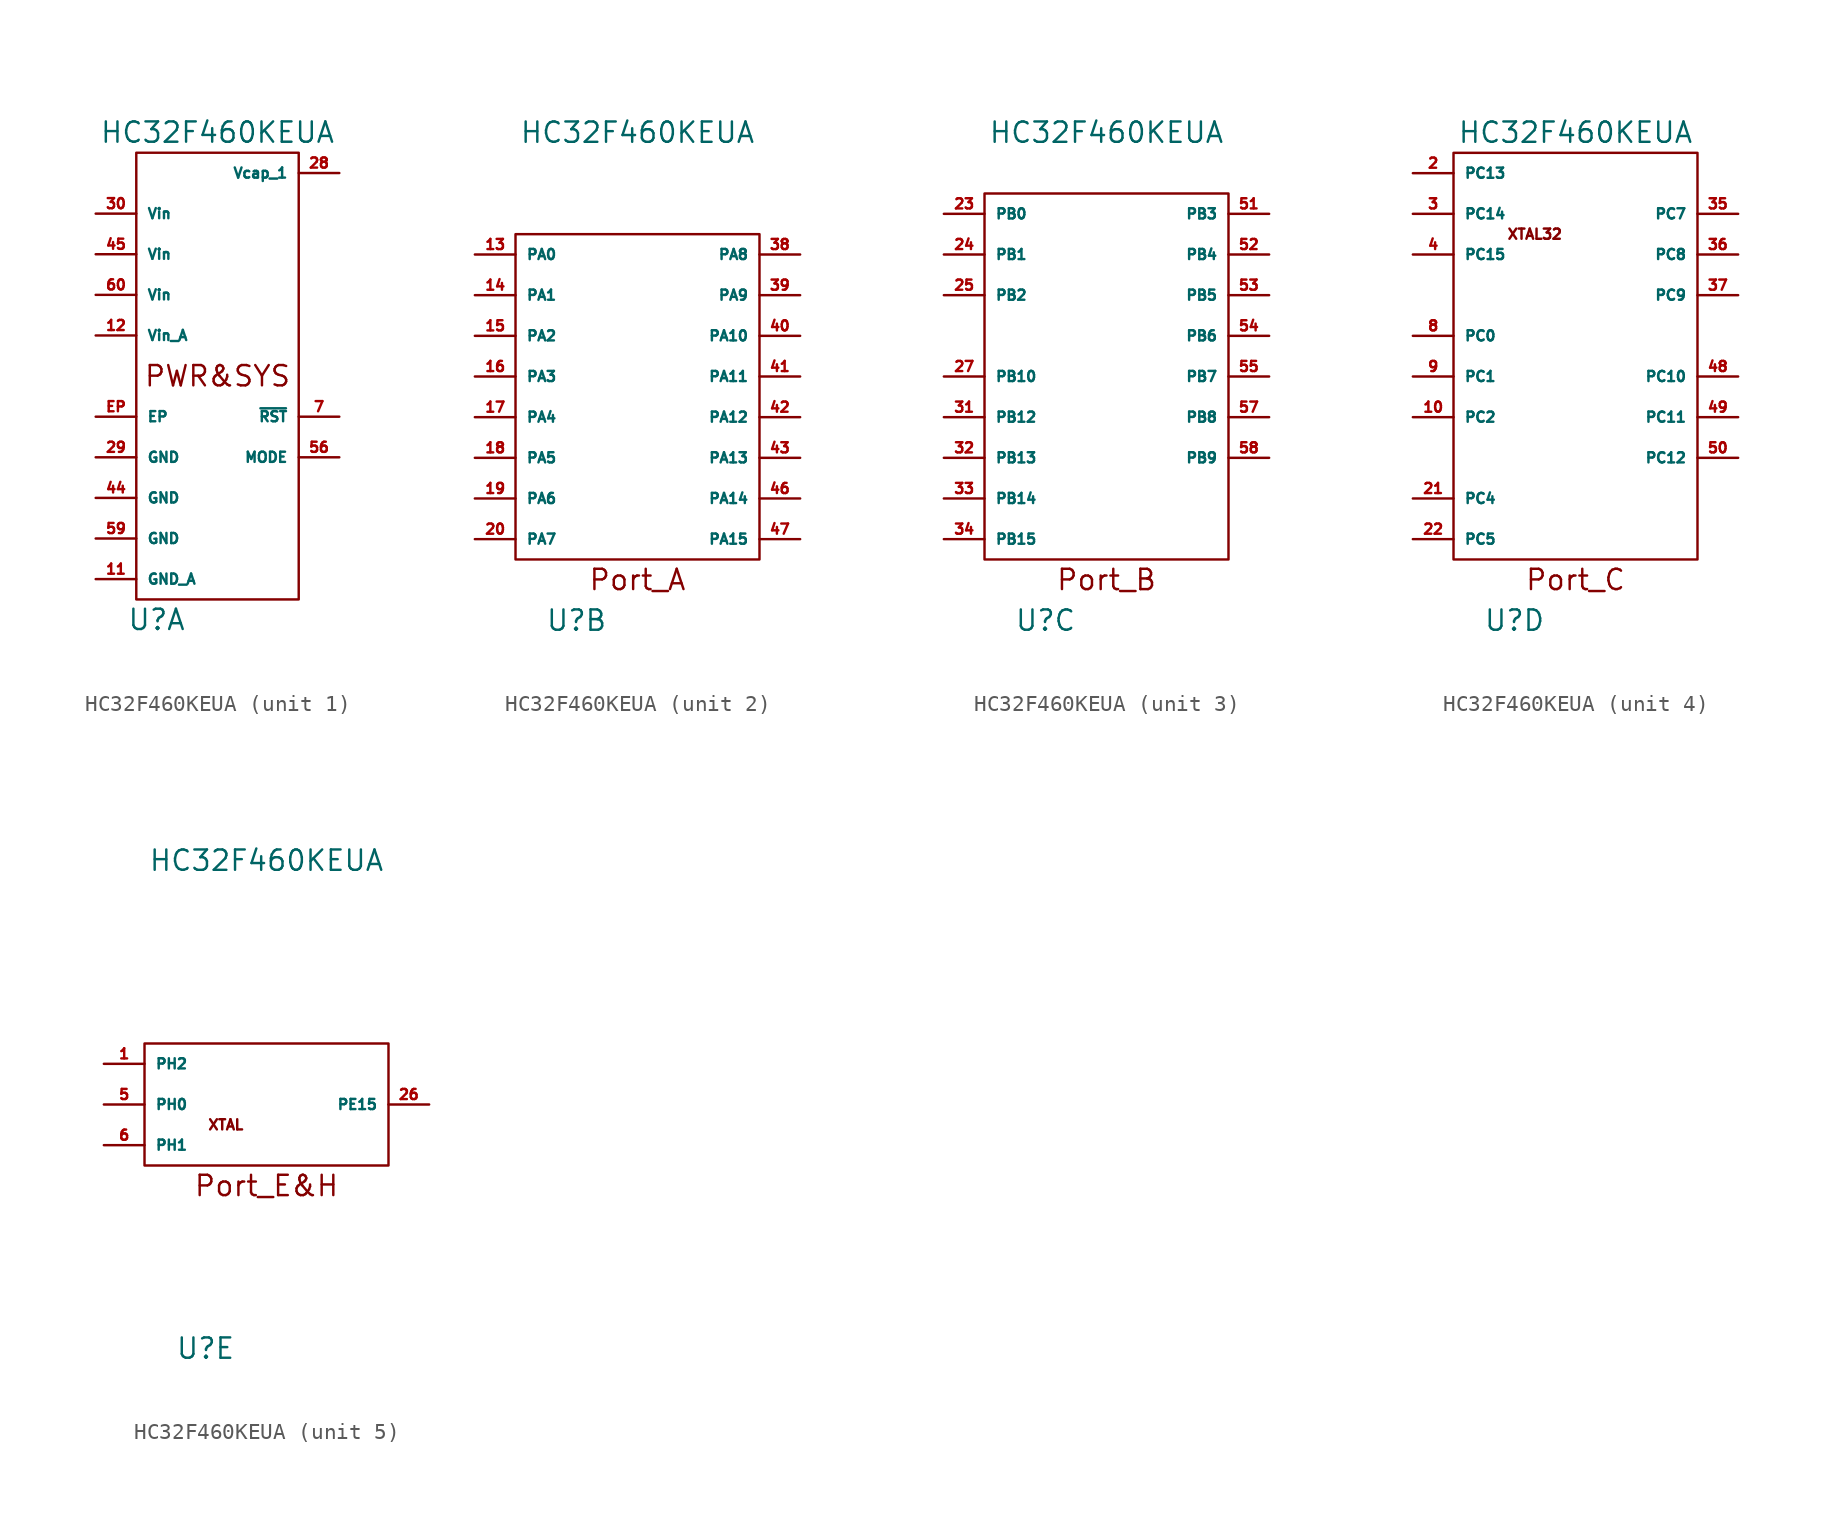
<source format=kicad_sym>
(kicad_symbol_lib
  (version 20211014)
  (generator kicad_symbol_editor)
  (symbol "HC32F460KEUA"
    (pin_names
      (offset 0.635))
    (property "Reference" "U"
      (at -3.81 -15.24 0)
      (effects (font (size 1.27 1.27))))
    (property "Value" "HC32F460KEUA"
      (at 0 15.24 0)
      (effects (font (size 1.27 1.27))))
    (property "ki_locked" ""
      (at 0 0 0)
      (effects (font (size 1.27 1.27))))
    (symbol "HC32F460KEUA_1_0"
      (rectangle (start -5.08 13.97) (end 5.08 -13.97) (stroke (width 0) (type default) (color 0 0 0 0)) (fill (type none)))
      (text "PWR&SYS" (at 0 0 0) (effects (font (size 1.27 1.27)))))
    (symbol "HC32F460KEUA_1_1"
      (pin power_in line (at -7.62 -12.7 0) (length 2.54) (name "GND_A" (effects (font (size 0.635 0.635)))) (number "11" (effects (font (size 0.635 0.635)))))
      (pin power_in line (at -7.62 2.54 0) (length 2.54) (name "Vin_A" (effects (font (size 0.635 0.635)))) (number "12" (effects (font (size 0.635 0.635)))))
      (pin power_in line (at 7.62 12.7 180) (length 2.54) (name "Vcap_1" (effects (font (size 0.635 0.635)))) (number "28" (effects (font (size 0.635 0.635)))))
      (pin power_in line (at -7.62 -5.08 0) (length 2.54) (name "GND" (effects (font (size 0.635 0.635)))) (number "29" (effects (font (size 0.635 0.635)))))
      (pin power_in line (at -7.62 10.16 0) (length 2.54) (name "Vin" (effects (font (size 0.635 0.635)))) (number "30" (effects (font (size 0.635 0.635)))))
      (pin power_in line (at -7.62 -7.62 0) (length 2.54) (name "GND" (effects (font (size 0.635 0.635)))) (number "44" (effects (font (size 0.635 0.635)))))
      (pin power_in line (at -7.62 7.62 0) (length 2.54) (name "Vin" (effects (font (size 0.635 0.635)))) (number "45" (effects (font (size 0.635 0.635)))))
      (pin input line (at 7.62 -5.08 180) (length 2.54) (name "MODE" (effects (font (size 0.635 0.635)))) (number "56" (effects (font (size 0.635 0.635)))) (alternate "NMI" input line) (alternate "PB11" input line))
      (pin power_in line (at -7.62 -10.16 0) (length 2.54) (name "GND" (effects (font (size 0.635 0.635)))) (number "59" (effects (font (size 0.635 0.635)))))
      (pin power_in line (at -7.62 5.08 0) (length 2.54) (name "Vin" (effects (font (size 0.635 0.635)))) (number "60" (effects (font (size 0.635 0.635)))))
      (pin input line (at 7.62 -2.54 180) (length 2.54) (name "~{RST}" (effects (font (size 0.635 0.635)))) (number "7" (effects (font (size 0.635 0.635)))))
      (pin passive line (at -7.62 -2.54 0) (length 2.54) (name "EP" (effects (font (size 0.635 0.635)))) (number "EP" (effects (font (size 0.635 0.635))))))
    (symbol "HC32F460KEUA_2_0"
      (rectangle (start -7.62 8.89) (end 7.62 -11.43) (stroke (width 0) (type default) (color 0 0 0 0)) (fill (type none)))
      (text "Port_A" (at 0 -12.7 0) (effects (font (size 1.27 1.27)))))
    (symbol "HC32F460KEUA_2_1"
      (pin bidirectional line (at -10.16 7.62 0) (length 2.54) (name "PA0" (effects (font (size 0.635 0.635)))) (number "13" (effects (font (size 0.635 0.635)))) (alternate "ADC1_IN0" input line) (alternate "CMP1_INP1" input line) (alternate "Func_Grp1" bidirectional line) (alternate "SDIO2_D4" bidirectional line) (alternate "SPI1_SS1" output line) (alternate "TIM4-2_OUH" output line) (alternate "TIMA-2_CLKA" input clock) (alternate "TIMA-2_PWM1" bidirectional line) (alternate "TIMA-2_TRIG" input line))
      (pin bidirectional line (at -10.16 5.08 0) (length 2.54) (name "PA1" (effects (font (size 0.635 0.635)))) (number "14" (effects (font (size 0.635 0.635)))) (alternate "ADC1_IN1" input line) (alternate "CMP1_INP2" input line) (alternate "Func_Grp1" bidirectional line) (alternate "SDIO2_D5" bidirectional line) (alternate "SPI1_SS2" output line) (alternate "TIM4-2_OUL" output line) (alternate "TIMA-2_CLKB" input clock) (alternate "TIMA-2_PWM2" bidirectional line) (alternate "TIMA-3_TRIG" input line))
      (pin bidirectional line (at -10.16 2.54 0) (length 2.54) (name "PA2" (effects (font (size 0.635 0.635)))) (number "15" (effects (font (size 0.635 0.635)))) (alternate "ADC1_IN2" input line) (alternate "CMP1_INP3" input line) (alternate "Func_Grp1" bidirectional line) (alternate "SDIO2_D6" bidirectional line) (alternate "SPI1_SS3" output line) (alternate "TIM4-2_OVH" output line) (alternate "TIMA-2_PWM3" bidirectional line) (alternate "TIMA-5_CLKA" input clock) (alternate "TIMA-5_PWM1" bidirectional line))
      (pin bidirectional line (at -10.16 0 0) (length 2.54) (name "PA3" (effects (font (size 0.635 0.635)))) (number "16" (effects (font (size 0.635 0.635)))) (alternate "ADC1_IN3" input line) (alternate "CMP1_INP4" input line) (alternate "Func_Grp1" bidirectional line) (alternate "SDIO2_D7" bidirectional line) (alternate "TIM4-2_OVL" output line) (alternate "TIMA-2_PWM4" bidirectional line) (alternate "TIMA-5_CLKB" input clock) (alternate "TIMA-5_PWM2" bidirectional line) (alternate "Vss_PGA" power_in line))
      (pin bidirectional line (at -10.16 -2.54 0) (length 2.54) (name "PA4" (effects (font (size 0.635 0.635)))) (number "17" (effects (font (size 0.635 0.635)))) (alternate "ADC12_IN4" input line) (alternate "CMP2_INP1" input line) (alternate "CMP3_INP4" input line) (alternate "Func_Grp1" bidirectional line) (alternate "I2S1_EXCK" input clock) (alternate "KEYOUT0" output line) (alternate "TIM4-2_OWH" output line) (alternate "TIMA-3_PWM5" bidirectional line) (alternate "USART2_CK" bidirectional clock))
      (pin bidirectional line (at -10.16 -5.08 0) (length 2.54) (name "PA5" (effects (font (size 0.635 0.635)))) (number "18" (effects (font (size 0.635 0.635)))) (alternate "ADC12_IN5" input line) (alternate "CMP2_INP2" input line) (alternate "Func_Grp1" bidirectional line) (alternate "I2S1_MCK" output clock) (alternate "KEYOUT1" output line) (alternate "TIM4-2_OWL" output line) (alternate "TIMA-2_CLKA" input clock) (alternate "TIMA-2_PWM1" bidirectional line) (alternate "TIMA-2_TRIG" input line) (alternate "TIMA-3_PWM6" bidirectional line))
      (pin bidirectional line (at -10.16 -7.62 0) (length 2.54) (name "PA6" (effects (font (size 0.635 0.635)))) (number "19" (effects (font (size 0.635 0.635)))) (alternate "ADC12_IN6" input line) (alternate "CMP2_INP3" input line) (alternate "EMB_IN2" input line) (alternate "Func_Grp1" bidirectional line) (alternate "KEYOUT2" output line) (alternate "SDIO1_CMD" bidirectional line) (alternate "TIMA-3_CLKA" input clock) (alternate "TIMA-3_PWM1" bidirectional line))
      (pin bidirectional line (at -10.16 -10.16 0) (length 2.54) (name "PA7" (effects (font (size 0.635 0.635)))) (number "20" (effects (font (size 0.635 0.635)))) (alternate "ADC12_IN7" input line) (alternate "CMP1_INM1" input line) (alternate "CMP2_INM1" input line) (alternate "CMP3_INM1" input line) (alternate "EMB_IN3" input line) (alternate "Func_Grp1" bidirectional line) (alternate "KEYOUT3" output line) (alternate "SDIO2_WP" input line) (alternate "TIM4-1_OUL" output line) (alternate "TIM6-1_PWMB" bidirectional line) (alternate "TIMA-1_PWM5" bidirectional line) (alternate "TIMA-3_CLKB" input clock) (alternate "TIMA-3_PWM2" bidirectional line))
      (pin bidirectional line (at 10.16 7.62 180) (length 2.54) (name "PA8" (effects (font (size 0.635 0.635)))) (number "38" (effects (font (size 0.635 0.635)))) (alternate "Func_Grp1" bidirectional line) (alternate "MCO_1" output clock) (alternate "SDIO1_D1" bidirectional line) (alternate "TIM4-1_OUH" output line) (alternate "TIM6-1_PWMA" bidirectional line) (alternate "TIMA-1_CLKA" input clock) (alternate "TIMA-1_PWM1" bidirectional line) (alternate "USART1_CK" bidirectional clock) (alternate "USBFS_SOF" output line))
      (pin bidirectional line (at 10.16 5.08 180) (length 2.54) (name "PA9" (effects (font (size 0.635 0.635)))) (number "39" (effects (font (size 0.635 0.635)))) (alternate "Func_Grp1" bidirectional line) (alternate "SDIO1_D2" bidirectional line) (alternate "TIM4-1_OVH" output line) (alternate "TIM6-2_PWMA" bidirectional line) (alternate "TIMA-1_CLKB" input clock) (alternate "TIMA-1_PWM2" bidirectional line) (alternate "USBFS_VBUS" input line))
      (pin bidirectional line (at 10.16 2.54 180) (length 2.54) (name "PA10" (effects (font (size 0.635 0.635)))) (number "40" (effects (font (size 0.635 0.635)))) (alternate "Func_Grp1" bidirectional line) (alternate "SDIO1_CD" input line) (alternate "TIM4-1_OWH" output line) (alternate "TIM6-3_PWMA" bidirectional line) (alternate "TIMA-1_PWM3" bidirectional line) (alternate "TIMA-5_TRIG" input line) (alternate "USBFS_ID" input line))
      (pin bidirectional line (at 10.16 0 180) (length 2.54) (name "PA11" (effects (font (size 0.635 0.635)))) (number "41" (effects (font (size 0.635 0.635)))) (alternate "EMB_IN1" input line) (alternate "Func_Grp1" bidirectional line) (alternate "SDIO2_CD" input line) (alternate "TIM4-1_CLK" input clock) (alternate "TIMA-1_PWM4" bidirectional line) (alternate "USBFS_DM" bidirectional line))
      (pin bidirectional line (at 10.16 -2.54 180) (length 2.54) (name "PA12" (effects (font (size 0.635 0.635)))) (number "42" (effects (font (size 0.635 0.635)))) (alternate "Func_Grp1" bidirectional line) (alternate "SDIO2_WP" input line) (alternate "TIM4-3_OWL" output line) (alternate "TIM6_TRIGA" input line) (alternate "TIMA-1_TRIG" input line) (alternate "TIMA-6_CLKA" input clock) (alternate "TIMA-6_PWM1" bidirectional line) (alternate "USBFS_DP" bidirectional line))
      (pin bidirectional line (at 10.16 -5.08 180) (length 2.54) (name "PA13" (effects (font (size 0.635 0.635)))) (number "43" (effects (font (size 0.635 0.635)))) (alternate "Func_Grp1" bidirectional line) (alternate "JTMS_SWDIO" bidirectional line) (alternate "SDIO2_D3" bidirectional line) (alternate "SPI2_SS1" output line) (alternate "TIMA-2_PWM5" bidirectional line) (alternate "TIMA-6_CLKB" input clock) (alternate "TIMA-6_PWM2" bidirectional line))
      (pin bidirectional line (at 10.16 -7.62 180) (length 2.54) (name "PA14" (effects (font (size 0.635 0.635)))) (number "46" (effects (font (size 0.635 0.635)))) (alternate "Func_Grp1" bidirectional line) (alternate "I2S1_EXCK" input clock) (alternate "JTCK_SWCLK" input clock) (alternate "SDIO2_D2" bidirectional line) (alternate "SPI2_SS2" output line) (alternate "TIMA-2_PWM6" bidirectional line) (alternate "TIMA-4_TRIG" input line) (alternate "TIMA-6_PWM3" bidirectional line))
      (pin bidirectional line (at 10.16 -10.16 180) (length 2.54) (name "PA15" (effects (font (size 0.635 0.635)))) (number "47" (effects (font (size 0.635 0.635)))) (alternate "Func_Grp1" bidirectional line) (alternate "I2S1_MCK" output clock) (alternate "JTDI" input line) (alternate "SDIO2_D1" bidirectional line) (alternate "SPI2_SS3" output line) (alternate "TIMA-2_CLKA" input clock) (alternate "TIMA-2_PWM1" bidirectional line) (alternate "TIMA-2_TRIG" input line) (alternate "TIMA-6_PWM4" bidirectional line)))
    (symbol "HC32F460KEUA_3_0"
      (rectangle (start -7.62 11.43) (end 7.62 -11.43) (stroke (width 0) (type default) (color 0 0 0 0)) (fill (type none)))
      (text "Port_B" (at 0 -12.7 0) (effects (font (size 1.27 1.27)))))
    (symbol "HC32F460KEUA_3_1"
      (pin bidirectional line (at -10.16 10.16 0) (length 2.54) (name "PB0" (effects (font (size 0.635 0.635)))) (number "23" (effects (font (size 0.635 0.635)))) (alternate "ADC12_IN8" input line) (alternate "CMP3_INP1" input line) (alternate "Func_Grp1" bidirectional line) (alternate "KEYOUT4" output line) (alternate "SDIO2_CMD" bidirectional line) (alternate "TIM4-1_OVL" output line) (alternate "TIM6-2_PWMB" bidirectional line) (alternate "TIMA-1_PWM6" bidirectional line) (alternate "TIMA-3_PWM3" bidirectional line) (alternate "USART4_CK" bidirectional clock))
      (pin bidirectional line (at -10.16 7.62 0) (length 2.54) (name "PB1" (effects (font (size 0.635 0.635)))) (number "24" (effects (font (size 0.635 0.635)))) (alternate "ADC12_IN9" input line) (alternate "CMP3_INP2" input line) (alternate "Func_Grp1" bidirectional line) (alternate "I2S2_EXCK" input clock) (alternate "KEYOUT5" output line) (alternate "QSPI_nSS" output line) (alternate "SDIO2_D3" bidirectional line) (alternate "TIM4-1_OWL" output line) (alternate "TIM6-3_PWMB" bidirectional line) (alternate "TIMA-1_PWM7" bidirectional line) (alternate "TIMA-3_PWM4" bidirectional line))
      (pin bidirectional line (at -10.16 5.08 0) (length 2.54) (name "PB2" (effects (font (size 0.635 0.635)))) (number "25" (effects (font (size 0.635 0.635)))) (alternate "EMB_IN1" input line) (alternate "Func_Grp1" bidirectional line) (alternate "I2S2_MCK" output clock) (alternate "PVD2EXINP" input line) (alternate "QSPI_SIO3" bidirectional line) (alternate "SDIO2_D2" bidirectional line) (alternate "TIM6_TRIGB" input line) (alternate "TIMA-1_PWM8" bidirectional line) (alternate "VCOUT123" output line))
      (pin bidirectional line (at -10.16 0 0) (length 2.54) (name "PB10" (effects (font (size 0.635 0.635)))) (number "27" (effects (font (size 0.635 0.635)))) (alternate "ADTRG2" input line) (alternate "Func_Grp2" bidirectional line) (alternate "I2S3_EXCK" input clock) (alternate "QSPI_SIO2" bidirectional line) (alternate "SDIO1_D7" bidirectional line) (alternate "TIM4-2_OVH" output line) (alternate "TIMA-2_PWM3" bidirectional line) (alternate "TIMA-5_PWM8" bidirectional line))
      (pin bidirectional line (at -10.16 -2.54 0) (length 2.54) (name "PB12" (effects (font (size 0.635 0.635)))) (number "31" (effects (font (size 0.635 0.635)))) (alternate "EMB_IN2" input line) (alternate "Func_Grp2" bidirectional line) (alternate "I2S3_MCK" output clock) (alternate "QSPI_SIO1" bidirectional line) (alternate "SDIO2_D1" bidirectional line) (alternate "TIM4-2_OVL" output line) (alternate "TIM6_TRIGB" input line) (alternate "TIMA-1_PWM8" bidirectional line) (alternate "VCOUT1" output line))
      (pin bidirectional line (at -10.16 -5.08 0) (length 2.54) (name "PB13" (effects (font (size 0.635 0.635)))) (number "32" (effects (font (size 0.635 0.635)))) (alternate "Func_Grp2" bidirectional line) (alternate "QSPI_SIO0" bidirectional line) (alternate "SDIO2_D0" bidirectional line) (alternate "TIM4-1_OUL" output line) (alternate "TIM6-1_PWMB" bidirectional line) (alternate "TIMA-1_PWM5" bidirectional line) (alternate "VCOUT2" output line))
      (pin bidirectional line (at -10.16 -7.62 0) (length 2.54) (name "PB14" (effects (font (size 0.635 0.635)))) (number "33" (effects (font (size 0.635 0.635)))) (alternate "Func_Grp2" bidirectional line) (alternate "QSPI_SCK" output clock) (alternate "SDIO1_D6" bidirectional line) (alternate "TIM4-1_OVL" output line) (alternate "TIM6-2_PWMB" bidirectional line) (alternate "TIMA-1_PWM6" bidirectional line) (alternate "VCOUT3" output line))
      (pin bidirectional line (at -10.16 -10.16 0) (length 2.54) (name "PB15" (effects (font (size 0.635 0.635)))) (number "34" (effects (font (size 0.635 0.635)))) (alternate "EMB_IN4" input line) (alternate "Func_Grp2" bidirectional clock) (alternate "RTC_OUT" output clock) (alternate "SDIO1_CK" output clock) (alternate "TIM6-3_PWMB" bidirectional line) (alternate "TIMA-1_PWM7" bidirectional line) (alternate "TIMA-6_TRIG" input line) (alternate "TIMA4-1_OWL" output line) (alternate "USART3_CK" bidirectional clock))
      (pin bidirectional line (at 10.16 10.16 180) (length 2.54) (name "PB3" (effects (font (size 0.635 0.635)))) (number "51" (effects (font (size 0.635 0.635)))) (alternate "FCMREF" input clock) (alternate "Func_Grp2" bidirectional line) (alternate "JTDO_TRACESWO" output line) (alternate "SDIO2_D0" bidirectional line) (alternate "TIM4-3_CLK" input clock) (alternate "TIMA-2_CLKB" input clock) (alternate "TIMA-2_PWM2" bidirectional line) (alternate "TIMA-6_PWM5" bidirectional line))
      (pin bidirectional line (at 10.16 7.62 180) (length 2.54) (name "PB4" (effects (font (size 0.635 0.635)))) (number "52" (effects (font (size 0.635 0.635)))) (alternate "Func_Grp2" bidirectional line) (alternate "SDIO1_D0" bidirectional line) (alternate "TIM4-3_OWL" output line) (alternate "TIMA-3_CLKA" input clock) (alternate "TIMA-3_PWM1" bidirectional line) (alternate "TIMA-6_PWM6" bidirectional line) (alternate "nJTRST" input line))
      (pin bidirectional line (at 10.16 5.08 180) (length 2.54) (name "PB5" (effects (font (size 0.635 0.635)))) (number "53" (effects (font (size 0.635 0.635)))) (alternate "Func_Grp2" bidirectional line) (alternate "I2S4_EXCK" input clock) (alternate "SDIO1_D3" bidirectional line) (alternate "TIM4-3_OWH" output line) (alternate "TIMA-3_CLKB" input clock) (alternate "TIMA-3_PWM2" bidirectional line) (alternate "TIMA-6_PWM7" bidirectional line))
      (pin bidirectional line (at 10.16 2.54 180) (length 2.54) (name "PB6" (effects (font (size 0.635 0.635)))) (number "54" (effects (font (size 0.635 0.635)))) (alternate "ADTRG2" input line) (alternate "Func_Grp2" bidirectional line) (alternate "I2S4_MCK" output clock) (alternate "SDIO2_CK" output clock) (alternate "TIM4-3_OVL" output line) (alternate "TIMA-4_CLKA" input clock) (alternate "TIMA-4_PWM1" bidirectional line) (alternate "TIMA-6_PWM8" bidirectional line))
      (pin bidirectional line (at 10.16 0 180) (length 2.54) (name "PB7" (effects (font (size 0.635 0.635)))) (number "55" (effects (font (size 0.635 0.635)))) (alternate "ADTRG1" input line) (alternate "Func_Grp2" bidirectional line) (alternate "SDIO1_D0" bidirectional line) (alternate "TIM4-3_OVH" output line) (alternate "TIMA-4_CLKB" input clock) (alternate "TIMA-4_PWM2" bidirectional line))
      (pin bidirectional line (at 10.16 -2.54 180) (length 2.54) (name "PB8" (effects (font (size 0.635 0.635)))) (number "57" (effects (font (size 0.635 0.635)))) (alternate "Func_Grp2" bidirectional line) (alternate "KEYOUT7" output line) (alternate "SDIO1_D4" bidirectional line) (alternate "TIM4-3_OUL" output line) (alternate "TIMA-4_PWM3" bidirectional line) (alternate "USBFS_DRVBUS" output line))
      (pin bidirectional line (at 10.16 -5.08 180) (length 2.54) (name "PB9" (effects (font (size 0.635 0.635)))) (number "58" (effects (font (size 0.635 0.635)))) (alternate "Func_Grp2" bidirectional line) (alternate "KEYOUT6" output line) (alternate "SDIO1_D5" bidirectional line) (alternate "SPI2_SS1" output line) (alternate "TIM4-3_OUH" output line) (alternate "TIMA-4_PWM4" bidirectional line) (alternate "TIMA-6_TRIG" input line)))
    (symbol "HC32F460KEUA_4_0"
      (rectangle (start -7.62 13.97) (end 7.62 -11.43) (stroke (width 0) (type default) (color 0 0 0 0)) (fill (type none)))
      (text "Port_C" (at 0 -12.7 0) (effects (font (size 1.27 1.27)))))
    (symbol "HC32F460KEUA_4_1"
      (text "XTAL32" (at -2.54 8.89 0) (effects (font (size 0.635 0.635))))
      (pin bidirectional line (at -10.16 -2.54 0) (length 2.54) (name "PC2" (effects (font (size 0.635 0.635)))) (number "10" (effects (font (size 0.635 0.635)))) (alternate "ADC1_IN12" input line) (alternate "EMB_IN3" input line) (alternate "Func_Grp1" bidirectional line) (alternate "SDIO2_D7" bidirectional line) (alternate "TIMA-2_PWM7" bidirectional line))
      (pin bidirectional line (at -10.16 12.7 0) (length 2.54) (name "PC13" (effects (font (size 0.635 0.635)))) (number "2" (effects (font (size 0.635 0.635)))) (alternate "Func_Grp2" bidirectional line) (alternate "I2S3_MCK" output clock) (alternate "RTC_OUT" output clock) (alternate "SDIO2_CK" output clock) (alternate "TIMA-4_PWM8" bidirectional line))
      (pin bidirectional line (at -10.16 -7.62 0) (length 2.54) (name "PC4" (effects (font (size 0.635 0.635)))) (number "21" (effects (font (size 0.635 0.635)))) (alternate "ADC1_IN14" input line) (alternate "CMP2_INM2" input line) (alternate "Func_Grp1" bidirectional line) (alternate "SDIO2_CD" input line) (alternate "TIM4-2_OUH" output line) (alternate "TIMA-3_PWM7" bidirectional line) (alternate "USART1_CK" bidirectional clock))
      (pin bidirectional line (at -10.16 -10.16 0) (length 2.54) (name "PC5" (effects (font (size 0.635 0.635)))) (number "22" (effects (font (size 0.635 0.635)))) (alternate "ADC1_IN15" input line) (alternate "CMP3_INM2" input line) (alternate "Func_Grp1" bidirectional line) (alternate "SDIO2_CMD" bidirectional line) (alternate "TIM4-2_OUL" output line) (alternate "TIMA-3_PWM8" bidirectional line))
      (pin bidirectional line (at -10.16 10.16 0) (length 2.54) (name "PC14" (effects (font (size 0.635 0.635)))) (number "3" (effects (font (size 0.635 0.635)))) (alternate "TIMA-4_PWM5" bidirectional line) (alternate "XTAL32_OUT" output clock))
      (pin bidirectional line (at 10.16 10.16 180) (length 2.54) (name "PC7" (effects (font (size 0.635 0.635)))) (number "35" (effects (font (size 0.635 0.635)))) (alternate "Func_Grp2" bidirectional line) (alternate "I2S2_EXCK" input clock) (alternate "KEYOUT2" output line) (alternate "QSPI_nSS" output line) (alternate "SDIO1_D7" bidirectional line) (alternate "TIM4-2_CLK" input clock) (alternate "TIMA-3_CLKB" input clock) (alternate "TIMA-3_PWM2" bidirectional line) (alternate "TIMA-5_PWM7" bidirectional line))
      (pin bidirectional line (at 10.16 7.62 180) (length 2.54) (name "PC8" (effects (font (size 0.635 0.635)))) (number "36" (effects (font (size 0.635 0.635)))) (alternate "Func_Grp2" bidirectional line) (alternate "I2S2_MCK" output clock) (alternate "KEYOUT1" output line) (alternate "SDIO1_D0" bidirectional line) (alternate "TIM4-2_OWH" output line) (alternate "TIMA-3_PWM3" bidirectional line) (alternate "TIMA-5_PWM6" bidirectional line) (alternate "USART3_CK" bidirectional clock))
      (pin bidirectional line (at 10.16 5.08 180) (length 2.54) (name "PC9" (effects (font (size 0.635 0.635)))) (number "37" (effects (font (size 0.635 0.635)))) (alternate "Func_Grp1" bidirectional line) (alternate "KEYOUT0" output line) (alternate "MCO_2" output clock) (alternate "SDIO1_D1" bidirectional line) (alternate "TIM4-2_OWL" output line) (alternate "TIMA-3_PWM4" bidirectional line) (alternate "TIMA-5_PWM5" bidirectional line))
      (pin bidirectional line (at -10.16 7.62 0) (length 2.54) (name "PC15" (effects (font (size 0.635 0.635)))) (number "4" (effects (font (size 0.635 0.635)))) (alternate "TIMA-4_PWM6" bidirectional line) (alternate "XTAL32_IN" input clock))
      (pin bidirectional line (at 10.16 0 180) (length 2.54) (name "PC10" (effects (font (size 0.635 0.635)))) (number "48" (effects (font (size 0.635 0.635)))) (alternate "Func_Grp1" bidirectional line) (alternate "SDIO1_D2" bidirectional line) (alternate "TIM4-3_OUH" output line) (alternate "TIMA-2_PWM7" bidirectional line) (alternate "TIMA-5_CLKA" input clock) (alternate "TIMA-5_PWM1" bidirectional line))
      (pin bidirectional line (at 10.16 -2.54 180) (length 2.54) (name "PC11" (effects (font (size 0.635 0.635)))) (number "49" (effects (font (size 0.635 0.635)))) (alternate "Func_Grp1" bidirectional line) (alternate "SDIO1_D3" bidirectional line) (alternate "TIM4-3_OVH" output line) (alternate "TIMA-2_PWM8" bidirectional line) (alternate "TIMA-5_CLKB" input clock) (alternate "TIMA-5_PWM2" bidirectional line))
      (pin bidirectional line (at 10.16 -5.08 180) (length 2.54) (name "PC12" (effects (font (size 0.635 0.635)))) (number "50" (effects (font (size 0.635 0.635)))) (alternate "Func_Grp1" bidirectional line) (alternate "SDIO1_CK" output clock) (alternate "TIM4-3_OWH" output line) (alternate "TIM4_TRIG" input line) (alternate "TIMA-5_PWM3" bidirectional line))
      (pin bidirectional line (at -10.16 2.54 0) (length 2.54) (name "PC0" (effects (font (size 0.635 0.635)))) (number "8" (effects (font (size 0.635 0.635)))) (alternate "ADC12_IN10" input line) (alternate "CMP3_INP3" input line) (alternate "Func_Grp1" bidirectional line) (alternate "SDIO2_D5" bidirectional line) (alternate "TIMA-2_PWM5" bidirectional line))
      (pin bidirectional line (at -10.16 0 0) (length 2.54) (name "PC1" (effects (font (size 0.635 0.635)))) (number "9" (effects (font (size 0.635 0.635)))) (alternate "ADC12_IN11" input line) (alternate "Func_Grp1" bidirectional line) (alternate "SDIO2_D6" bidirectional line) (alternate "TIMA-2_PWM6" bidirectional line)))
    (symbol "HC32F460KEUA_5_0"
      (rectangle (start -7.62 3.81) (end 7.62 -3.81) (stroke (width 0) (type default) (color 0 0 0 0)) (fill (type none)))
      (text "Port_E&H" (at 0 -5.08 0) (effects (font (size 1.27 1.27)))))
    (symbol "HC32F460KEUA_5_1"
      (text "XTAL" (at -2.54 -1.27 0) (effects (font (size 0.635 0.635))))
      (pin bidirectional line (at -10.16 2.54 0) (length 2.54) (name "PH2" (effects (font (size 0.635 0.635)))) (number "1" (effects (font (size 0.635 0.635)))) (alternate "EMB_IN4" input line) (alternate "FCMREF" input clock) (alternate "Func_Grp1" bidirectional line) (alternate "I2S3_EXCK" input clock) (alternate "SDIO2_D4" bidirectional line) (alternate "TIM4-2_CLK" input clock) (alternate "TIMA-4_PWM7" bidirectional line))
      (pin bidirectional line (at 10.16 0 180) (length 2.54) (name "PE15" (effects (font (size 0.635 0.635)))) (number "26" (effects (font (size 0.635 0.635)))) (alternate "EMB_IN2" input line) (alternate "Func_Grp1" bidirectional line) (alternate "SDIO1_WP" input line) (alternate "TIMA-1_PWM8" bidirectional line) (alternate "TIMA-5_TRIG" input line) (alternate "USART4_CK" bidirectional clock))
      (pin bidirectional line (at -10.16 0 0) (length 2.54) (name "PH0" (effects (font (size 0.635 0.635)))) (number "5" (effects (font (size 0.635 0.635)))) (alternate "TIMA-5_PWM3" bidirectional line) (alternate "XTAL_IN" input clock))
      (pin bidirectional line (at -10.16 -2.54 0) (length 2.54) (name "PH1" (effects (font (size 0.635 0.635)))) (number "6" (effects (font (size 0.635 0.635)))) (alternate "TIMA-5_PWM4" bidirectional line) (alternate "XTAL_OUT" output clock)))))
</source>
